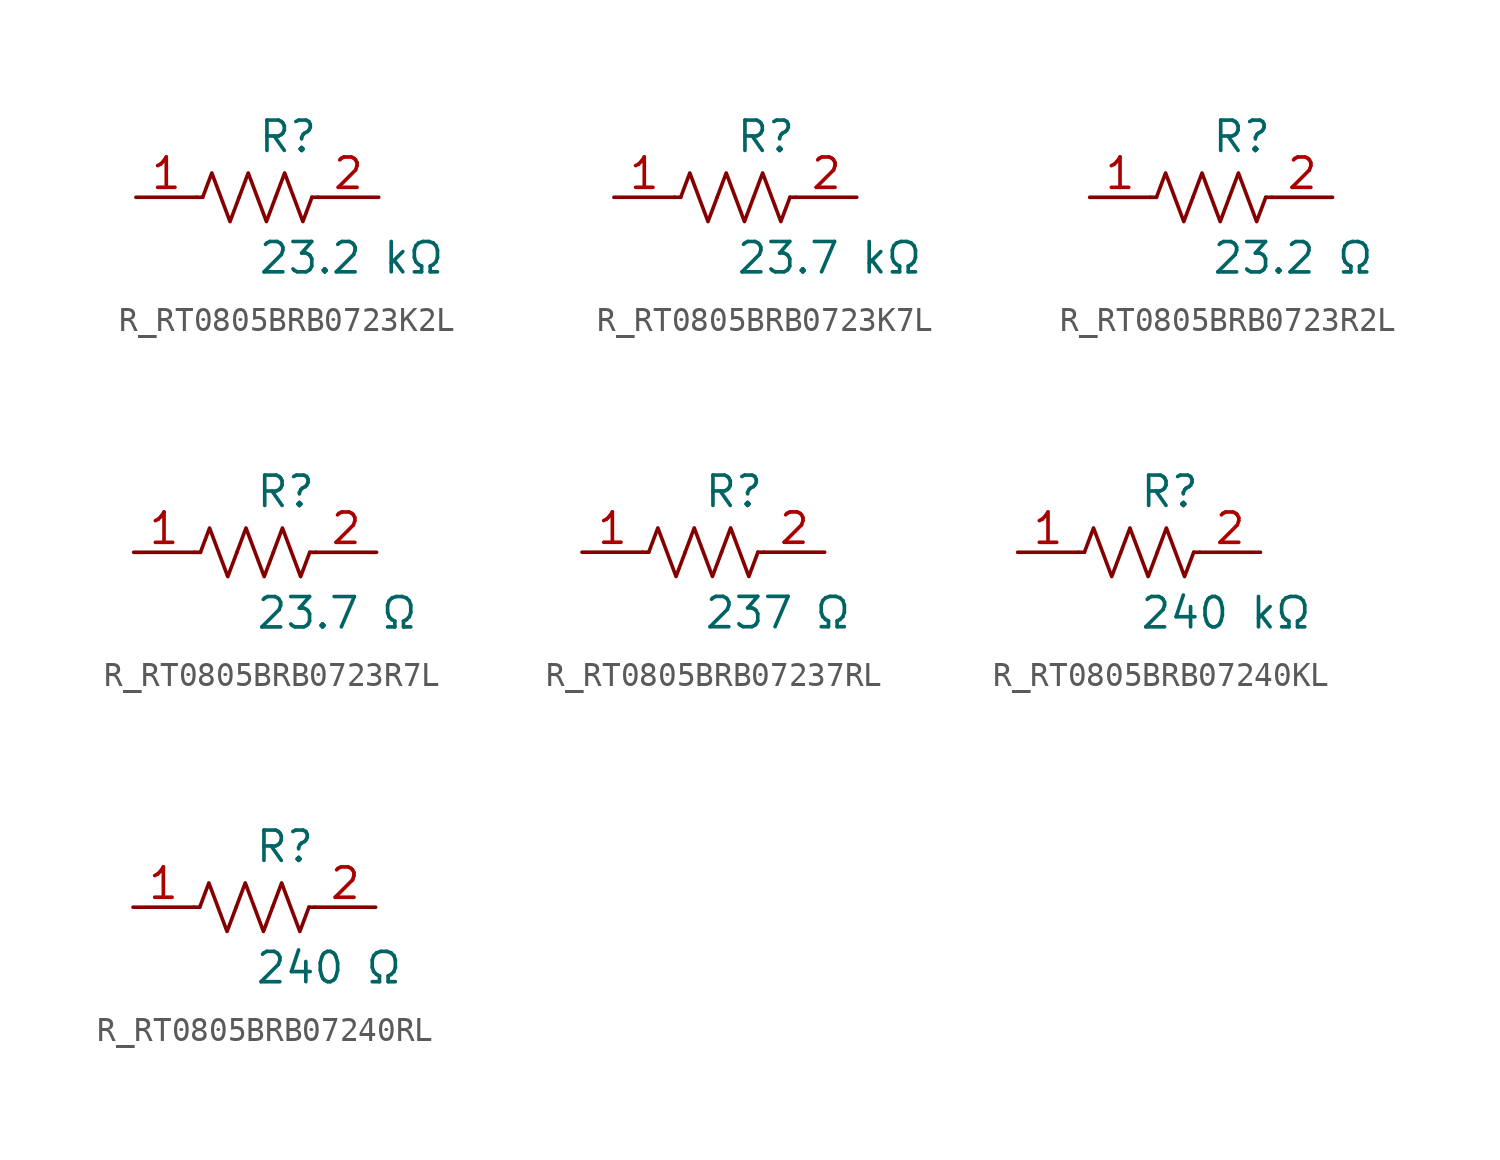
<source format=kicad_sym>
(kicad_symbol_lib
  (version 20231120)
  (generator kicad_symbol_editor)
  (generator_version 8.0)
  (symbol "R_RT0805BRB0723K2L"
    (pin_names
      (offset 0.254))
    (property "Reference" "R"
      (at 0 2.54 0)
      (effects (font (size 1.27 1.27)) (justify left)))
    (property "Value" "23.2 kΩ"
      (at 0 -2.54 0)
      (effects (font (size 1.27 1.27)) (justify left)))
    (symbol "R_RT0805BRB0723K2L_0_1"
      (polyline (pts (xy 2.286 0) (xy 2.54 0)) (stroke (width 0) (type default)) (fill (type none)))
      (polyline (pts (xy -2.286 0) (xy -2.54 0)) (stroke (width 0) (type default)) (fill (type none)))
      (polyline (pts (xy 0.762 0) (xy 1.143 1.016) (xy 1.524 0) (xy 1.905 -1.016) (xy 2.286 0)) (stroke (width 0) (type default)) (fill (type none)))
      (polyline (pts (xy -0.762 0) (xy -0.381 1.016) (xy 0 0) (xy 0.381 -1.016) (xy 0.762 0)) (stroke (width 0) (type default)) (fill (type none)))
      (polyline (pts (xy -2.286 0) (xy -1.905 1.016) (xy -1.524 0) (xy -1.143 -1.016) (xy -0.762 0)) (stroke (width 0) (type default)) (fill (type none))))
    (pin unspecified line
      (at -5.08 0 0)
      (length 2.54)
      (name "" (effects (font (size 1.27 1.27))))
      (number "1" (effects (font (size 1.27 1.27)))))
    (pin unspecified line
      (at 5.08 0 180)
      (length 2.54)
      (name "" (effects (font (size 1.27 1.27))))
      (number "2" (effects (font (size 1.27 1.27))))))
  (symbol "R_RT0805BRB0723K7L"
    (pin_names
      (offset 0.254))
    (property "Reference" "R"
      (at 0 2.54 0)
      (effects (font (size 1.27 1.27)) (justify left)))
    (property "Value" "23.7 kΩ"
      (at 0 -2.54 0)
      (effects (font (size 1.27 1.27)) (justify left)))
    (symbol "R_RT0805BRB0723K7L_0_1"
      (polyline (pts (xy 2.286 0) (xy 2.54 0)) (stroke (width 0) (type default)) (fill (type none)))
      (polyline (pts (xy -2.286 0) (xy -2.54 0)) (stroke (width 0) (type default)) (fill (type none)))
      (polyline (pts (xy 0.762 0) (xy 1.143 1.016) (xy 1.524 0) (xy 1.905 -1.016) (xy 2.286 0)) (stroke (width 0) (type default)) (fill (type none)))
      (polyline (pts (xy -0.762 0) (xy -0.381 1.016) (xy 0 0) (xy 0.381 -1.016) (xy 0.762 0)) (stroke (width 0) (type default)) (fill (type none)))
      (polyline (pts (xy -2.286 0) (xy -1.905 1.016) (xy -1.524 0) (xy -1.143 -1.016) (xy -0.762 0)) (stroke (width 0) (type default)) (fill (type none))))
    (pin unspecified line
      (at -5.08 0 0)
      (length 2.54)
      (name "" (effects (font (size 1.27 1.27))))
      (number "1" (effects (font (size 1.27 1.27)))))
    (pin unspecified line
      (at 5.08 0 180)
      (length 2.54)
      (name "" (effects (font (size 1.27 1.27))))
      (number "2" (effects (font (size 1.27 1.27))))))
  (symbol "R_RT0805BRB0723R2L"
    (pin_names
      (offset 0.254))
    (property "Reference" "R"
      (at 0 2.54 0)
      (effects (font (size 1.27 1.27)) (justify left)))
    (property "Value" "23.2 Ω"
      (at 0 -2.54 0)
      (effects (font (size 1.27 1.27)) (justify left)))
    (symbol "R_RT0805BRB0723R2L_0_1"
      (polyline (pts (xy 2.286 0) (xy 2.54 0)) (stroke (width 0) (type default)) (fill (type none)))
      (polyline (pts (xy -2.286 0) (xy -2.54 0)) (stroke (width 0) (type default)) (fill (type none)))
      (polyline (pts (xy 0.762 0) (xy 1.143 1.016) (xy 1.524 0) (xy 1.905 -1.016) (xy 2.286 0)) (stroke (width 0) (type default)) (fill (type none)))
      (polyline (pts (xy -0.762 0) (xy -0.381 1.016) (xy 0 0) (xy 0.381 -1.016) (xy 0.762 0)) (stroke (width 0) (type default)) (fill (type none)))
      (polyline (pts (xy -2.286 0) (xy -1.905 1.016) (xy -1.524 0) (xy -1.143 -1.016) (xy -0.762 0)) (stroke (width 0) (type default)) (fill (type none))))
    (pin unspecified line
      (at -5.08 0 0)
      (length 2.54)
      (name "" (effects (font (size 1.27 1.27))))
      (number "1" (effects (font (size 1.27 1.27)))))
    (pin unspecified line
      (at 5.08 0 180)
      (length 2.54)
      (name "" (effects (font (size 1.27 1.27))))
      (number "2" (effects (font (size 1.27 1.27))))))
  (symbol "R_RT0805BRB0723R7L"
    (pin_names
      (offset 0.254))
    (property "Reference" "R"
      (at 0 2.54 0)
      (effects (font (size 1.27 1.27)) (justify left)))
    (property "Value" "23.7 Ω"
      (at 0 -2.54 0)
      (effects (font (size 1.27 1.27)) (justify left)))
    (symbol "R_RT0805BRB0723R7L_0_1"
      (polyline (pts (xy 2.286 0) (xy 2.54 0)) (stroke (width 0) (type default)) (fill (type none)))
      (polyline (pts (xy -2.286 0) (xy -2.54 0)) (stroke (width 0) (type default)) (fill (type none)))
      (polyline (pts (xy 0.762 0) (xy 1.143 1.016) (xy 1.524 0) (xy 1.905 -1.016) (xy 2.286 0)) (stroke (width 0) (type default)) (fill (type none)))
      (polyline (pts (xy -0.762 0) (xy -0.381 1.016) (xy 0 0) (xy 0.381 -1.016) (xy 0.762 0)) (stroke (width 0) (type default)) (fill (type none)))
      (polyline (pts (xy -2.286 0) (xy -1.905 1.016) (xy -1.524 0) (xy -1.143 -1.016) (xy -0.762 0)) (stroke (width 0) (type default)) (fill (type none))))
    (pin unspecified line
      (at -5.08 0 0)
      (length 2.54)
      (name "" (effects (font (size 1.27 1.27))))
      (number "1" (effects (font (size 1.27 1.27)))))
    (pin unspecified line
      (at 5.08 0 180)
      (length 2.54)
      (name "" (effects (font (size 1.27 1.27))))
      (number "2" (effects (font (size 1.27 1.27))))))
  (symbol "R_RT0805BRB07237RL"
    (pin_names
      (offset 0.254))
    (property "Reference" "R"
      (at 0 2.54 0)
      (effects (font (size 1.27 1.27)) (justify left)))
    (property "Value" "237 Ω"
      (at 0 -2.54 0)
      (effects (font (size 1.27 1.27)) (justify left)))
    (symbol "R_RT0805BRB07237RL_0_1"
      (polyline (pts (xy 2.286 0) (xy 2.54 0)) (stroke (width 0) (type default)) (fill (type none)))
      (polyline (pts (xy -2.286 0) (xy -2.54 0)) (stroke (width 0) (type default)) (fill (type none)))
      (polyline (pts (xy 0.762 0) (xy 1.143 1.016) (xy 1.524 0) (xy 1.905 -1.016) (xy 2.286 0)) (stroke (width 0) (type default)) (fill (type none)))
      (polyline (pts (xy -0.762 0) (xy -0.381 1.016) (xy 0 0) (xy 0.381 -1.016) (xy 0.762 0)) (stroke (width 0) (type default)) (fill (type none)))
      (polyline (pts (xy -2.286 0) (xy -1.905 1.016) (xy -1.524 0) (xy -1.143 -1.016) (xy -0.762 0)) (stroke (width 0) (type default)) (fill (type none))))
    (pin unspecified line
      (at -5.08 0 0)
      (length 2.54)
      (name "" (effects (font (size 1.27 1.27))))
      (number "1" (effects (font (size 1.27 1.27)))))
    (pin unspecified line
      (at 5.08 0 180)
      (length 2.54)
      (name "" (effects (font (size 1.27 1.27))))
      (number "2" (effects (font (size 1.27 1.27))))))
  (symbol "R_RT0805BRB07240KL"
    (pin_names
      (offset 0.254))
    (property "Reference" "R"
      (at 0 2.54 0)
      (effects (font (size 1.27 1.27)) (justify left)))
    (property "Value" "240 kΩ"
      (at 0 -2.54 0)
      (effects (font (size 1.27 1.27)) (justify left)))
    (symbol "R_RT0805BRB07240KL_0_1"
      (polyline (pts (xy 2.286 0) (xy 2.54 0)) (stroke (width 0) (type default)) (fill (type none)))
      (polyline (pts (xy -2.286 0) (xy -2.54 0)) (stroke (width 0) (type default)) (fill (type none)))
      (polyline (pts (xy 0.762 0) (xy 1.143 1.016) (xy 1.524 0) (xy 1.905 -1.016) (xy 2.286 0)) (stroke (width 0) (type default)) (fill (type none)))
      (polyline (pts (xy -0.762 0) (xy -0.381 1.016) (xy 0 0) (xy 0.381 -1.016) (xy 0.762 0)) (stroke (width 0) (type default)) (fill (type none)))
      (polyline (pts (xy -2.286 0) (xy -1.905 1.016) (xy -1.524 0) (xy -1.143 -1.016) (xy -0.762 0)) (stroke (width 0) (type default)) (fill (type none))))
    (pin unspecified line
      (at -5.08 0 0)
      (length 2.54)
      (name "" (effects (font (size 1.27 1.27))))
      (number "1" (effects (font (size 1.27 1.27)))))
    (pin unspecified line
      (at 5.08 0 180)
      (length 2.54)
      (name "" (effects (font (size 1.27 1.27))))
      (number "2" (effects (font (size 1.27 1.27))))))
  (symbol "R_RT0805BRB07240RL"
    (pin_names
      (offset 0.254))
    (property "Reference" "R"
      (at 0 2.54 0)
      (effects (font (size 1.27 1.27)) (justify left)))
    (property "Value" "240 Ω"
      (at 0 -2.54 0)
      (effects (font (size 1.27 1.27)) (justify left)))
    (symbol "R_RT0805BRB07240RL_0_1"
      (polyline (pts (xy 2.286 0) (xy 2.54 0)) (stroke (width 0) (type default)) (fill (type none)))
      (polyline (pts (xy -2.286 0) (xy -2.54 0)) (stroke (width 0) (type default)) (fill (type none)))
      (polyline (pts (xy 0.762 0) (xy 1.143 1.016) (xy 1.524 0) (xy 1.905 -1.016) (xy 2.286 0)) (stroke (width 0) (type default)) (fill (type none)))
      (polyline (pts (xy -0.762 0) (xy -0.381 1.016) (xy 0 0) (xy 0.381 -1.016) (xy 0.762 0)) (stroke (width 0) (type default)) (fill (type none)))
      (polyline (pts (xy -2.286 0) (xy -1.905 1.016) (xy -1.524 0) (xy -1.143 -1.016) (xy -0.762 0)) (stroke (width 0) (type default)) (fill (type none))))
    (pin unspecified line
      (at -5.08 0 0)
      (length 2.54)
      (name "" (effects (font (size 1.27 1.27))))
      (number "1" (effects (font (size 1.27 1.27)))))
    (pin unspecified line
      (at 5.08 0 180)
      (length 2.54)
      (name "" (effects (font (size 1.27 1.27))))
      (number "2" (effects (font (size 1.27 1.27)))))))
</source>
